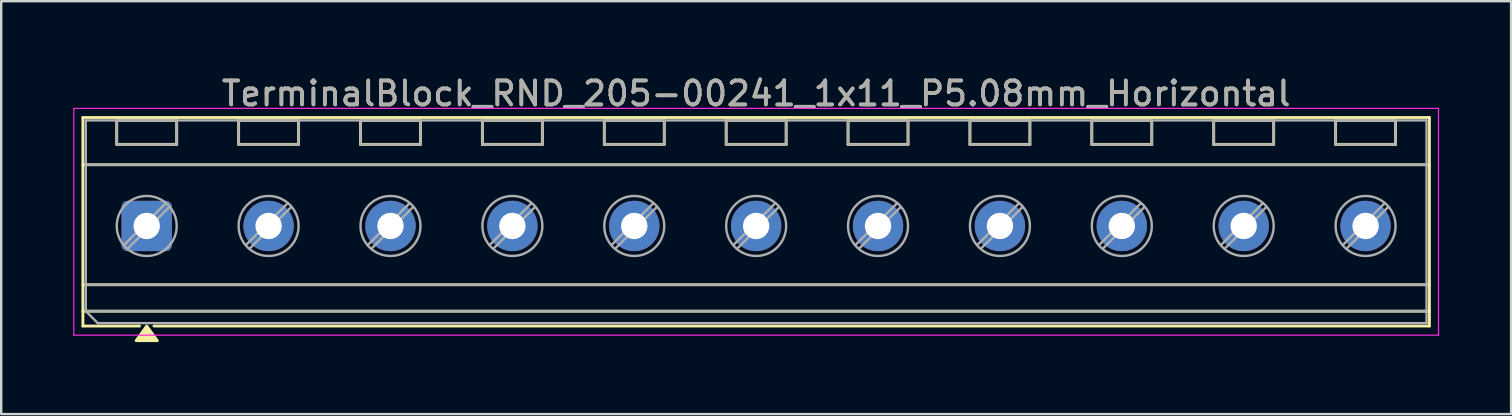
<source format=kicad_pcb>
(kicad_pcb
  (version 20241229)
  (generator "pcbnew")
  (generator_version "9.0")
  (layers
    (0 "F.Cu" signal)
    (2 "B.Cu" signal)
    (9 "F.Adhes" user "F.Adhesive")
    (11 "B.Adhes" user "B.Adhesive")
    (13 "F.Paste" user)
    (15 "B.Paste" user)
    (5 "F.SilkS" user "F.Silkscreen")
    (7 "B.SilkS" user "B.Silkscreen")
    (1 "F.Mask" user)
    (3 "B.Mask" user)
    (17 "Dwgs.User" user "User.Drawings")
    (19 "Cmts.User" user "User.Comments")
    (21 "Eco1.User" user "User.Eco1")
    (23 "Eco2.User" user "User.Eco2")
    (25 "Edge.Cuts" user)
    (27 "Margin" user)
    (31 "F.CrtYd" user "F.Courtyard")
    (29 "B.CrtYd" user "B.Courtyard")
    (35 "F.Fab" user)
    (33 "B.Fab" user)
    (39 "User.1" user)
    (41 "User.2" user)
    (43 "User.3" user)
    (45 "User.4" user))
  (footprint "TerminalBlock_RND_205-00241_1x11_P5.08mm_Horizontal"
    (layer "F.Cu")
    (at 3.065 6.368)
    (property "Reference" "TerminalBlock_RND_205-00241_1x11_P5.08mm_Horizontal" (at 25.4 -5.52 0) (layer "F.SilkS") (effects (font (size 1 1) (thickness 0.15))))
    (attr through_hole)
    (fp_line (start -2.66 -4.52) (end -2.66 4.17) (stroke (width 0.12) (type solid)) (layer "F.SilkS"))
    (fp_line (start -2.66 -4.52) (end 53.46 -4.52) (stroke (width 0.12) (type solid)) (layer "F.SilkS"))
    (fp_line (start -2.66 -2.55) (end 53.46 -2.55) (stroke (width 0.12) (type solid)) (layer "F.SilkS"))
    (fp_line (start -2.66 2.45) (end 53.46 2.45) (stroke (width 0.12) (type solid)) (layer "F.SilkS"))
    (fp_line (start -2.66 3.55) (end 53.46 3.55) (stroke (width 0.12) (type solid)) (layer "F.SilkS"))
    (fp_line (start -2.66 4.17) (end -0.3 4.17) (stroke (width 0.12) (type solid)) (layer "F.SilkS"))
    (fp_line (start -1.25 -4.4) (end -1.25 -3.4) (stroke (width 0.12) (type solid)) (layer "F.SilkS"))
    (fp_line (start -1.25 -4.4) (end 1.25 -4.4) (stroke (width 0.12) (type solid)) (layer "F.SilkS"))
    (fp_line (start -1.25 -3.4) (end 1.25 -3.4) (stroke (width 0.12) (type solid)) (layer "F.SilkS"))
    (fp_line (start 0.3 4.17) (end 53.46 4.17) (stroke (width 0.12) (type solid)) (layer "F.SilkS"))
    (fp_line (start 1.25 -4.4) (end 1.25 -3.4) (stroke (width 0.12) (type solid)) (layer "F.SilkS"))
    (fp_line (start 3.83 -4.4) (end 3.83 -3.4) (stroke (width 0.12) (type solid)) (layer "F.SilkS"))
    (fp_line (start 3.83 -4.4) (end 6.33 -4.4) (stroke (width 0.12) (type solid)) (layer "F.SilkS"))
    (fp_line (start 3.83 -3.4) (end 6.33 -3.4) (stroke (width 0.12) (type solid)) (layer "F.SilkS"))
    (fp_line (start 6.33 -4.4) (end 6.33 -3.4) (stroke (width 0.12) (type solid)) (layer "F.SilkS"))
    (fp_line (start 8.91 -4.4) (end 8.91 -3.4) (stroke (width 0.12) (type solid)) (layer "F.SilkS"))
    (fp_line (start 8.91 -4.4) (end 11.41 -4.4) (stroke (width 0.12) (type solid)) (layer "F.SilkS"))
    (fp_line (start 8.91 -3.4) (end 11.41 -3.4) (stroke (width 0.12) (type solid)) (layer "F.SilkS"))
    (fp_line (start 11.41 -4.4) (end 11.41 -3.4) (stroke (width 0.12) (type solid)) (layer "F.SilkS"))
    (fp_line (start 13.99 -4.4) (end 13.99 -3.4) (stroke (width 0.12) (type solid)) (layer "F.SilkS"))
    (fp_line (start 13.99 -4.4) (end 16.49 -4.4) (stroke (width 0.12) (type solid)) (layer "F.SilkS"))
    (fp_line (start 13.99 -3.4) (end 16.49 -3.4) (stroke (width 0.12) (type solid)) (layer "F.SilkS"))
    (fp_line (start 16.49 -4.4) (end 16.49 -3.4) (stroke (width 0.12) (type solid)) (layer "F.SilkS"))
    (fp_line (start 19.07 -4.4) (end 19.07 -3.4) (stroke (width 0.12) (type solid)) (layer "F.SilkS"))
    (fp_line (start 19.07 -4.4) (end 21.57 -4.4) (stroke (width 0.12) (type solid)) (layer "F.SilkS"))
    (fp_line (start 19.07 -3.4) (end 21.57 -3.4) (stroke (width 0.12) (type solid)) (layer "F.SilkS"))
    (fp_line (start 21.57 -4.4) (end 21.57 -3.4) (stroke (width 0.12) (type solid)) (layer "F.SilkS"))
    (fp_line (start 24.15 -4.4) (end 24.15 -3.4) (stroke (width 0.12) (type solid)) (layer "F.SilkS"))
    (fp_line (start 24.15 -4.4) (end 26.65 -4.4) (stroke (width 0.12) (type solid)) (layer "F.SilkS"))
    (fp_line (start 24.15 -3.4) (end 26.65 -3.4) (stroke (width 0.12) (type solid)) (layer "F.SilkS"))
    (fp_line (start 26.65 -4.4) (end 26.65 -3.4) (stroke (width 0.12) (type solid)) (layer "F.SilkS"))
    (fp_line (start 29.23 -4.4) (end 29.23 -3.4) (stroke (width 0.12) (type solid)) (layer "F.SilkS"))
    (fp_line (start 29.23 -4.4) (end 31.73 -4.4) (stroke (width 0.12) (type solid)) (layer "F.SilkS"))
    (fp_line (start 29.23 -3.4) (end 31.73 -3.4) (stroke (width 0.12) (type solid)) (layer "F.SilkS"))
    (fp_line (start 31.73 -4.4) (end 31.73 -3.4) (stroke (width 0.12) (type solid)) (layer "F.SilkS"))
    (fp_line (start 34.31 -4.4) (end 34.31 -3.4) (stroke (width 0.12) (type solid)) (layer "F.SilkS"))
    (fp_line (start 34.31 -4.4) (end 36.81 -4.4) (stroke (width 0.12) (type solid)) (layer "F.SilkS"))
    (fp_line (start 34.31 -3.4) (end 36.81 -3.4) (stroke (width 0.12) (type solid)) (layer "F.SilkS"))
    (fp_line (start 36.81 -4.4) (end 36.81 -3.4) (stroke (width 0.12) (type solid)) (layer "F.SilkS"))
    (fp_line (start 39.39 -4.4) (end 39.39 -3.4) (stroke (width 0.12) (type solid)) (layer "F.SilkS"))
    (fp_line (start 39.39 -4.4) (end 41.89 -4.4) (stroke (width 0.12) (type solid)) (layer "F.SilkS"))
    (fp_line (start 39.39 -3.4) (end 41.89 -3.4) (stroke (width 0.12) (type solid)) (layer "F.SilkS"))
    (fp_line (start 41.89 -4.4) (end 41.89 -3.4) (stroke (width 0.12) (type solid)) (layer "F.SilkS"))
    (fp_line (start 44.47 -4.4) (end 44.47 -3.4) (stroke (width 0.12) (type solid)) (layer "F.SilkS"))
    (fp_line (start 44.47 -4.4) (end 46.97 -4.4) (stroke (width 0.12) (type solid)) (layer "F.SilkS"))
    (fp_line (start 44.47 -3.4) (end 46.97 -3.4) (stroke (width 0.12) (type solid)) (layer "F.SilkS"))
    (fp_line (start 46.97 -4.4) (end 46.97 -3.4) (stroke (width 0.12) (type solid)) (layer "F.SilkS"))
    (fp_line (start 49.55 -4.4) (end 49.55 -3.4) (stroke (width 0.12) (type solid)) (layer "F.SilkS"))
    (fp_line (start 49.55 -4.4) (end 52.05 -4.4) (stroke (width 0.12) (type solid)) (layer "F.SilkS"))
    (fp_line (start 49.55 -3.4) (end 52.05 -3.4) (stroke (width 0.12) (type solid)) (layer "F.SilkS"))
    (fp_line (start 52.05 -4.4) (end 52.05 -3.4) (stroke (width 0.12) (type solid)) (layer "F.SilkS"))
    (fp_line (start 53.46 -4.52) (end 53.46 4.17) (stroke (width 0.12) (type solid)) (layer "F.SilkS"))
    (fp_poly (pts (xy 0 4.17) (xy 0.44 4.78) (xy -0.44 4.78)) (stroke (width 0.12) (type solid)) (fill yes) (layer "F.SilkS"))
    (fp_line (start -3.04 -4.9) (end -3.04 4.55) (stroke (width 0.05) (type solid)) (layer "F.CrtYd"))
    (fp_line (start -3.04 4.55) (end 53.84 4.55) (stroke (width 0.05) (type solid)) (layer "F.CrtYd"))
    (fp_line (start 53.84 -4.9) (end -3.04 -4.9) (stroke (width 0.05) (type solid)) (layer "F.CrtYd"))
    (fp_line (start 53.84 4.55) (end 53.84 -4.9) (stroke (width 0.05) (type solid)) (layer "F.CrtYd"))
    (fp_line (start -2.54 -4.4) (end 53.34 -4.4) (stroke (width 0.1) (type solid)) (layer "F.Fab"))
    (fp_line (start -2.54 -2.55) (end 53.34 -2.55) (stroke (width 0.1) (type solid)) (layer "F.Fab"))
    (fp_line (start -2.54 2.45) (end 53.34 2.45) (stroke (width 0.1) (type solid)) (layer "F.Fab"))
    (fp_line (start -2.54 3.55) (end -2.54 -4.4) (stroke (width 0.1) (type solid)) (layer "F.Fab"))
    (fp_line (start -2.54 3.55) (end 53.34 3.55) (stroke (width 0.1) (type solid)) (layer "F.Fab"))
    (fp_line (start -2.04 4.05) (end -2.54 3.55) (stroke (width 0.1) (type solid)) (layer "F.Fab"))
    (fp_line (start -1.25 -4.4) (end -1.25 -3.4) (stroke (width 0.1) (type solid)) (layer "F.Fab"))
    (fp_line (start -1.25 -3.4) (end 1.25 -3.4) (stroke (width 0.1) (type solid)) (layer "F.Fab"))
    (fp_line (start 0.795 -0.948) (end -0.948 0.795) (stroke (width 0.1) (type solid)) (layer "F.Fab"))
    (fp_line (start 0.948 -0.795) (end -0.795 0.948) (stroke (width 0.1) (type solid)) (layer "F.Fab"))
    (fp_line (start 1.25 -4.4) (end -1.25 -4.4) (stroke (width 0.1) (type solid)) (layer "F.Fab"))
    (fp_line (start 1.25 -3.4) (end 1.25 -4.4) (stroke (width 0.1) (type solid)) (layer "F.Fab"))
    (fp_line (start 3.83 -4.4) (end 3.83 -3.4) (stroke (width 0.1) (type solid)) (layer "F.Fab"))
    (fp_line (start 3.83 -3.4) (end 6.33 -3.4) (stroke (width 0.1) (type solid)) (layer "F.Fab"))
    (fp_line (start 5.875 -0.948) (end 4.132 0.795) (stroke (width 0.1) (type solid)) (layer "F.Fab"))
    (fp_line (start 6.028 -0.795) (end 4.285 0.948) (stroke (width 0.1) (type solid)) (layer "F.Fab"))
    (fp_line (start 6.33 -4.4) (end 3.83 -4.4) (stroke (width 0.1) (type solid)) (layer "F.Fab"))
    (fp_line (start 6.33 -3.4) (end 6.33 -4.4) (stroke (width 0.1) (type solid)) (layer "F.Fab"))
    (fp_line (start 8.91 -4.4) (end 8.91 -3.4) (stroke (width 0.1) (type solid)) (layer "F.Fab"))
    (fp_line (start 8.91 -3.4) (end 11.41 -3.4) (stroke (width 0.1) (type solid)) (layer "F.Fab"))
    (fp_line (start 10.955 -0.948) (end 9.212 0.795) (stroke (width 0.1) (type solid)) (layer "F.Fab"))
    (fp_line (start 11.108 -0.795) (end 9.365 0.948) (stroke (width 0.1) (type solid)) (layer "F.Fab"))
    (fp_line (start 11.41 -4.4) (end 8.91 -4.4) (stroke (width 0.1) (type solid)) (layer "F.Fab"))
    (fp_line (start 11.41 -3.4) (end 11.41 -4.4) (stroke (width 0.1) (type solid)) (layer "F.Fab"))
    (fp_line (start 13.99 -4.4) (end 13.99 -3.4) (stroke (width 0.1) (type solid)) (layer "F.Fab"))
    (fp_line (start 13.99 -3.4) (end 16.49 -3.4) (stroke (width 0.1) (type solid)) (layer "F.Fab"))
    (fp_line (start 16.035 -0.948) (end 14.292 0.795) (stroke (width 0.1) (type solid)) (layer "F.Fab"))
    (fp_line (start 16.188 -0.795) (end 14.445 0.948) (stroke (width 0.1) (type solid)) (layer "F.Fab"))
    (fp_line (start 16.49 -4.4) (end 13.99 -4.4) (stroke (width 0.1) (type solid)) (layer "F.Fab"))
    (fp_line (start 16.49 -3.4) (end 16.49 -4.4) (stroke (width 0.1) (type solid)) (layer "F.Fab"))
    (fp_line (start 19.07 -4.4) (end 19.07 -3.4) (stroke (width 0.1) (type solid)) (layer "F.Fab"))
    (fp_line (start 19.07 -3.4) (end 21.57 -3.4) (stroke (width 0.1) (type solid)) (layer "F.Fab"))
    (fp_line (start 21.115 -0.948) (end 19.372 0.795) (stroke (width 0.1) (type solid)) (layer "F.Fab"))
    (fp_line (start 21.268 -0.795) (end 19.525 0.948) (stroke (width 0.1) (type solid)) (layer "F.Fab"))
    (fp_line (start 21.57 -4.4) (end 19.07 -4.4) (stroke (width 0.1) (type solid)) (layer "F.Fab"))
    (fp_line (start 21.57 -3.4) (end 21.57 -4.4) (stroke (width 0.1) (type solid)) (layer "F.Fab"))
    (fp_line (start 24.15 -4.4) (end 24.15 -3.4) (stroke (width 0.1) (type solid)) (layer "F.Fab"))
    (fp_line (start 24.15 -3.4) (end 26.65 -3.4) (stroke (width 0.1) (type solid)) (layer "F.Fab"))
    (fp_line (start 26.195 -0.948) (end 24.452 0.795) (stroke (width 0.1) (type solid)) (layer "F.Fab"))
    (fp_line (start 26.348 -0.795) (end 24.605 0.948) (stroke (width 0.1) (type solid)) (layer "F.Fab"))
    (fp_line (start 26.65 -4.4) (end 24.15 -4.4) (stroke (width 0.1) (type solid)) (layer "F.Fab"))
    (fp_line (start 26.65 -3.4) (end 26.65 -4.4) (stroke (width 0.1) (type solid)) (layer "F.Fab"))
    (fp_line (start 29.23 -4.4) (end 29.23 -3.4) (stroke (width 0.1) (type solid)) (layer "F.Fab"))
    (fp_line (start 29.23 -3.4) (end 31.73 -3.4) (stroke (width 0.1) (type solid)) (layer "F.Fab"))
    (fp_line (start 31.275 -0.948) (end 29.532 0.795) (stroke (width 0.1) (type solid)) (layer "F.Fab"))
    (fp_line (start 31.428 -0.795) (end 29.685 0.948) (stroke (width 0.1) (type solid)) (layer "F.Fab"))
    (fp_line (start 31.73 -4.4) (end 29.23 -4.4) (stroke (width 0.1) (type solid)) (layer "F.Fab"))
    (fp_line (start 31.73 -3.4) (end 31.73 -4.4) (stroke (width 0.1) (type solid)) (layer "F.Fab"))
    (fp_line (start 34.31 -4.4) (end 34.31 -3.4) (stroke (width 0.1) (type solid)) (layer "F.Fab"))
    (fp_line (start 34.31 -3.4) (end 36.81 -3.4) (stroke (width 0.1) (type solid)) (layer "F.Fab"))
    (fp_line (start 36.355 -0.948) (end 34.612 0.795) (stroke (width 0.1) (type solid)) (layer "F.Fab"))
    (fp_line (start 36.508 -0.795) (end 34.765 0.948) (stroke (width 0.1) (type solid)) (layer "F.Fab"))
    (fp_line (start 36.81 -4.4) (end 34.31 -4.4) (stroke (width 0.1) (type solid)) (layer "F.Fab"))
    (fp_line (start 36.81 -3.4) (end 36.81 -4.4) (stroke (width 0.1) (type solid)) (layer "F.Fab"))
    (fp_line (start 39.39 -4.4) (end 39.39 -3.4) (stroke (width 0.1) (type solid)) (layer "F.Fab"))
    (fp_line (start 39.39 -3.4) (end 41.89 -3.4) (stroke (width 0.1) (type solid)) (layer "F.Fab"))
    (fp_line (start 41.435 -0.948) (end 39.692 0.795) (stroke (width 0.1) (type solid)) (layer "F.Fab"))
    (fp_line (start 41.588 -0.795) (end 39.845 0.948) (stroke (width 0.1) (type solid)) (layer "F.Fab"))
    (fp_line (start 41.89 -4.4) (end 39.39 -4.4) (stroke (width 0.1) (type solid)) (layer "F.Fab"))
    (fp_line (start 41.89 -3.4) (end 41.89 -4.4) (stroke (width 0.1) (type solid)) (layer "F.Fab"))
    (fp_line (start 44.47 -4.4) (end 44.47 -3.4) (stroke (width 0.1) (type solid)) (layer "F.Fab"))
    (fp_line (start 44.47 -3.4) (end 46.97 -3.4) (stroke (width 0.1) (type solid)) (layer "F.Fab"))
    (fp_line (start 46.515 -0.948) (end 44.772 0.795) (stroke (width 0.1) (type solid)) (layer "F.Fab"))
    (fp_line (start 46.668 -0.795) (end 44.925 0.948) (stroke (width 0.1) (type solid)) (layer "F.Fab"))
    (fp_line (start 46.97 -4.4) (end 44.47 -4.4) (stroke (width 0.1) (type solid)) (layer "F.Fab"))
    (fp_line (start 46.97 -3.4) (end 46.97 -4.4) (stroke (width 0.1) (type solid)) (layer "F.Fab"))
    (fp_line (start 49.55 -4.4) (end 49.55 -3.4) (stroke (width 0.1) (type solid)) (layer "F.Fab"))
    (fp_line (start 49.55 -3.4) (end 52.05 -3.4) (stroke (width 0.1) (type solid)) (layer "F.Fab"))
    (fp_line (start 51.595 -0.948) (end 49.852 0.795) (stroke (width 0.1) (type solid)) (layer "F.Fab"))
    (fp_line (start 51.748 -0.795) (end 50.005 0.948) (stroke (width 0.1) (type solid)) (layer "F.Fab"))
    (fp_line (start 52.05 -4.4) (end 49.55 -4.4) (stroke (width 0.1) (type solid)) (layer "F.Fab"))
    (fp_line (start 52.05 -3.4) (end 52.05 -4.4) (stroke (width 0.1) (type solid)) (layer "F.Fab"))
    (fp_line (start 53.34 -4.4) (end 53.34 4.05) (stroke (width 0.1) (type solid)) (layer "F.Fab"))
    (fp_line (start 53.34 4.05) (end -2.04 4.05) (stroke (width 0.1) (type solid)) (layer "F.Fab"))
    (fp_circle (center 0 0) (end 1.25 0) (stroke (width 0.1) (type solid)) (fill no) (layer "F.Fab"))
    (fp_circle (center 5.08 0) (end 6.33 0) (stroke (width 0.1) (type solid)) (fill no) (layer "F.Fab"))
    (fp_circle (center 10.16 0) (end 11.41 0) (stroke (width 0.1) (type solid)) (fill no) (layer "F.Fab"))
    (fp_circle (center 15.24 0) (end 16.49 0) (stroke (width 0.1) (type solid)) (fill no) (layer "F.Fab"))
    (fp_circle (center 20.32 0) (end 21.57 0) (stroke (width 0.1) (type solid)) (fill no) (layer "F.Fab"))
    (fp_circle (center 25.4 0) (end 26.65 0) (stroke (width 0.1) (type solid)) (fill no) (layer "F.Fab"))
    (fp_circle (center 30.48 0) (end 31.73 0) (stroke (width 0.1) (type solid)) (fill no) (layer "F.Fab"))
    (fp_circle (center 35.56 0) (end 36.81 0) (stroke (width 0.1) (type solid)) (fill no) (layer "F.Fab"))
    (fp_circle (center 40.64 0) (end 41.89 0) (stroke (width 0.1) (type solid)) (fill no) (layer "F.Fab"))
    (fp_circle (center 45.72 0) (end 46.97 0) (stroke (width 0.1) (type solid)) (fill no) (layer "F.Fab"))
    (fp_circle (center 50.8 0) (end 52.05 0) (stroke (width 0.1) (type solid)) (fill no) (layer "F.Fab"))
    (fp_text user "${REFERENCE}" (at 25.4 -5.52 0) (layer "F.Fab") (effects (font (size 1 1) (thickness 0.15))))
    (pad "1" thru_hole roundrect (at 0 0) (size 2.1 2.1) (drill 1.1) (layers "*.Cu" "*.Mask") (roundrect_rratio 0.119))
    (pad "2" thru_hole circle (at 5.08 0) (size 2.1 2.1) (drill 1.1) (layers "*.Cu" "*.Mask"))
    (pad "3" thru_hole circle (at 10.16 0) (size 2.1 2.1) (drill 1.1) (layers "*.Cu" "*.Mask"))
    (pad "4" thru_hole circle (at 15.24 0) (size 2.1 2.1) (drill 1.1) (layers "*.Cu" "*.Mask"))
    (pad "5" thru_hole circle (at 20.32 0) (size 2.1 2.1) (drill 1.1) (layers "*.Cu" "*.Mask"))
    (pad "6" thru_hole circle (at 25.4 0) (size 2.1 2.1) (drill 1.1) (layers "*.Cu" "*.Mask"))
    (pad "7" thru_hole circle (at 30.48 0) (size 2.1 2.1) (drill 1.1) (layers "*.Cu" "*.Mask"))
    (pad "8" thru_hole circle (at 35.56 0) (size 2.1 2.1) (drill 1.1) (layers "*.Cu" "*.Mask"))
    (pad "9" thru_hole circle (at 40.64 0) (size 2.1 2.1) (drill 1.1) (layers "*.Cu" "*.Mask"))
    (pad "10" thru_hole circle (at 45.72 0) (size 2.1 2.1) (drill 1.1) (layers "*.Cu" "*.Mask"))
    (pad "11" thru_hole circle (at 50.8 0) (size 2.1 2.1) (drill 1.1) (layers "*.Cu" "*.Mask")))
  (gr_rect
    (start -3 -3)
    (end 59.93 14.208)
    (stroke (width 0.1) (type default))
    (fill no)
    (layer "Edge.Cuts")))
</source>
